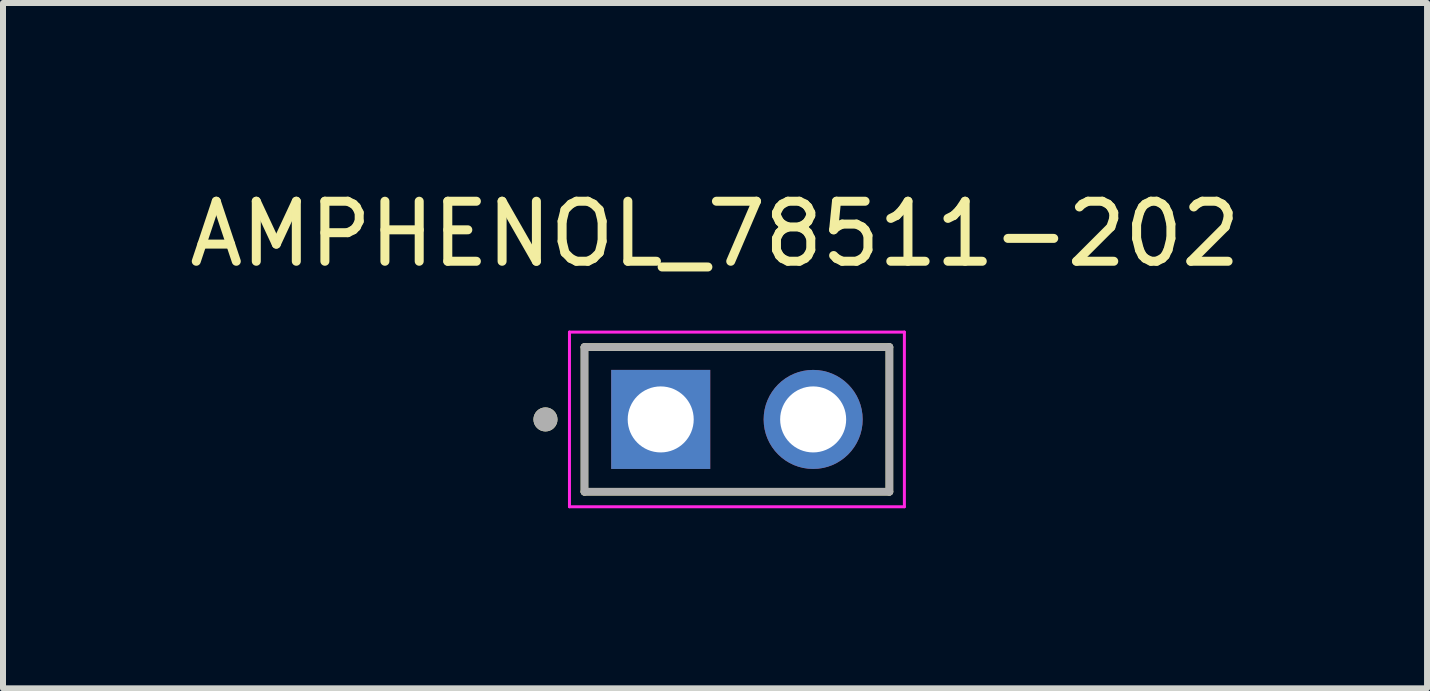
<source format=kicad_pcb>
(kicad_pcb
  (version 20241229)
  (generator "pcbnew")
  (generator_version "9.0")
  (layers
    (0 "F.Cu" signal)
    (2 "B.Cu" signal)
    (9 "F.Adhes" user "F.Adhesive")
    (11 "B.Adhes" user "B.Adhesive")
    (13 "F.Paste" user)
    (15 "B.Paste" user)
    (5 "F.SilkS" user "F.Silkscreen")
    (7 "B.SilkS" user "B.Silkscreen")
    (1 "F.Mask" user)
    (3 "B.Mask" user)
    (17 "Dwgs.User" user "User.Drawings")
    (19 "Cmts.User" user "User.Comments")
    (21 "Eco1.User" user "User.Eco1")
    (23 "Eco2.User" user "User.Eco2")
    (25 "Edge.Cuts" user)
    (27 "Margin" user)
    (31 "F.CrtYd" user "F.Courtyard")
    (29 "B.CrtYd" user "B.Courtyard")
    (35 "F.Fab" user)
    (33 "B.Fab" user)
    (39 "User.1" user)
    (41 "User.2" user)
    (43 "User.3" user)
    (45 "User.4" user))
  (footprint "AMPHENOL_78511-202"
    (layer "F.Cu")
    (at 9.228 3.938)
    (property "Reference" "AMPHENOL_78511-202" (at -0.365 -3.09 0) (layer "F.SilkS") (effects (font (size 1 1) (thickness 0.15))))
    (attr through_hole)
    (fp_line (start -2.54 1.205) (end -2.54 -1.205) (stroke (width 0.127) (type solid)) (layer "F.SilkS"))
    (fp_line (start 2.54 -1.205) (end -2.54 -1.205) (stroke (width 0.127) (type solid)) (layer "F.SilkS"))
    (fp_line (start 2.54 -1.205) (end 2.54 1.205) (stroke (width 0.127) (type solid)) (layer "F.SilkS"))
    (fp_line (start 2.54 1.205) (end -2.54 1.205) (stroke (width 0.127) (type solid)) (layer "F.SilkS"))
    (fp_circle (center -3.19 0) (end -3.09 0) (stroke (width 0.2) (type solid)) (fill no) (layer "F.SilkS"))
    (fp_line (start -2.79 -1.455) (end 2.79 -1.455) (stroke (width 0.05) (type solid)) (layer "F.CrtYd"))
    (fp_line (start -2.79 1.455) (end -2.79 -1.455) (stroke (width 0.05) (type solid)) (layer "F.CrtYd"))
    (fp_line (start 2.79 -1.455) (end 2.79 1.455) (stroke (width 0.05) (type solid)) (layer "F.CrtYd"))
    (fp_line (start 2.79 1.455) (end -2.79 1.455) (stroke (width 0.05) (type solid)) (layer "F.CrtYd"))
    (fp_line (start -2.54 -1.205) (end 2.54 -1.205) (stroke (width 0.127) (type solid)) (layer "F.Fab"))
    (fp_line (start -2.54 1.205) (end -2.54 -1.205) (stroke (width 0.127) (type solid)) (layer "F.Fab"))
    (fp_line (start 2.54 -1.205) (end 2.54 1.205) (stroke (width 0.127) (type solid)) (layer "F.Fab"))
    (fp_line (start 2.54 1.205) (end -2.54 1.205) (stroke (width 0.127) (type solid)) (layer "F.Fab"))
    (fp_circle (center -3.19 0) (end -3.09 0) (stroke (width 0.2) (type solid)) (fill no) (layer "F.Fab"))
    (pad "01" thru_hole rect (at -1.27 0) (size 1.65 1.65) (drill 1.1) (layers "*.Cu" "*.Mask"))
    (pad "02" thru_hole circle (at 1.27 0) (size 1.65 1.65) (drill 1.1) (layers "*.Cu" "*.Mask")))
  (gr_rect
    (start -3 -3)
    (end 20.726 8.418)
    (stroke (width 0.1) (type default))
    (fill no)
    (layer "Edge.Cuts")))
</source>
